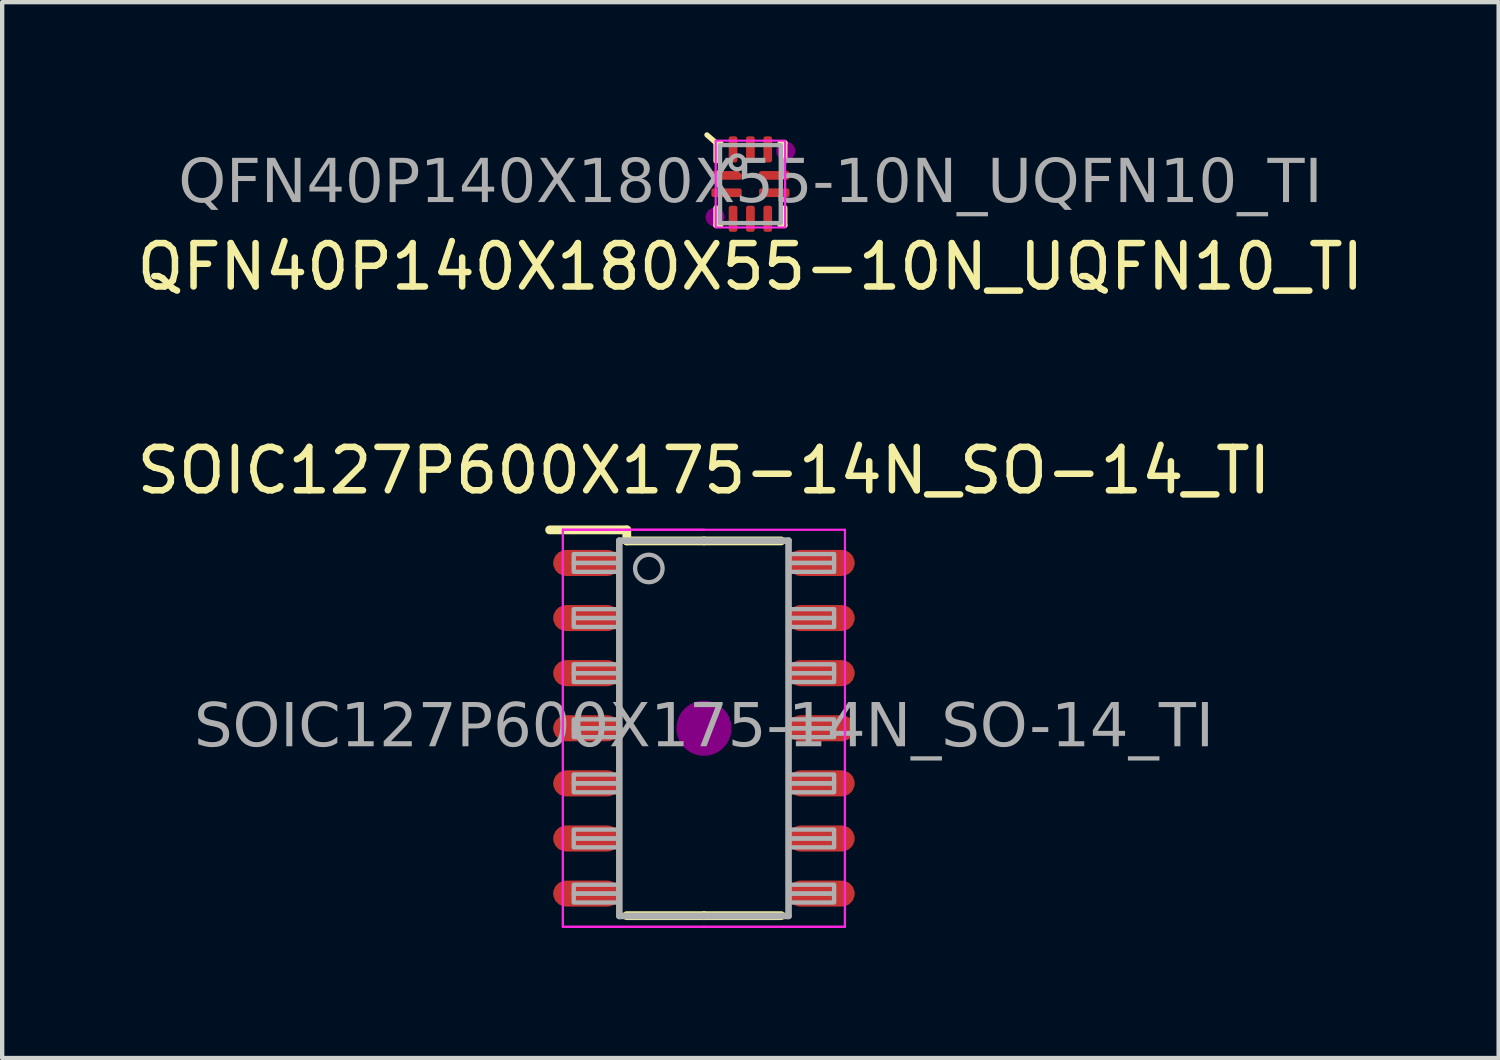
<source format=kicad_pcb>
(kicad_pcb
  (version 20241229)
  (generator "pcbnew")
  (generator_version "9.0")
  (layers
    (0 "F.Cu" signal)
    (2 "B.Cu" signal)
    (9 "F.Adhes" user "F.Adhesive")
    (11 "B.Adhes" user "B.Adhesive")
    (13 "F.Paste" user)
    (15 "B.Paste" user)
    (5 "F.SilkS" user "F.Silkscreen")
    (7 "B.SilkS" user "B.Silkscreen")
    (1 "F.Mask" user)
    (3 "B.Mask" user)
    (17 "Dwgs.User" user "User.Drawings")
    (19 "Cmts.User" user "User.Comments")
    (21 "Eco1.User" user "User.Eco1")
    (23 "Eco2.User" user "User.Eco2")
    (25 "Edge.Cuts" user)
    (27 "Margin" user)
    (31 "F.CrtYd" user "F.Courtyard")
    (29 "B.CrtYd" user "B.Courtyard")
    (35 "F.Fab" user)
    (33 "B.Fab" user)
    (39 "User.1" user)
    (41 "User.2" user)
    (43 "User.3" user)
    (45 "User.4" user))
  (footprint "QFN40P140X180X55-10N_UQFN10_TI"
    (layer "F.Cu")
    (at 14.244 1.192)
    (property "Reference" "QFN40P140X180X55-10N_UQFN10_TI" (at 0 1.905 0) (layer "F.SilkS") (effects (font (size 1 1) (thickness 0.15))))
    (attr smd)
    (fp_line (start -0.794 -0.953) (end -1.002 -1.133) (stroke (width 0.12) (type solid)) (layer "F.SilkS"))
    (fp_line (start -0.794 -0.953) (end -0.794 -0.533) (stroke (width 0.12) (type solid)) (layer "F.SilkS"))
    (fp_line (start -0.794 0.953) (end -0.794 0.546) (stroke (width 0.12) (type solid)) (layer "F.SilkS"))
    (fp_line (start -0.686 -0.953) (end -0.794 -0.953) (stroke (width 0.12) (type solid)) (layer "F.SilkS"))
    (fp_line (start -0.686 0.953) (end -0.794 0.953) (stroke (width 0.12) (type solid)) (layer "F.SilkS"))
    (fp_line (start 0.686 -0.953) (end 0.794 -0.953) (stroke (width 0.12) (type solid)) (layer "F.SilkS"))
    (fp_line (start 0.686 0.953) (end 0.794 0.953) (stroke (width 0.12) (type solid)) (layer "F.SilkS"))
    (fp_line (start 0.794 -0.953) (end 0.794 -0.546) (stroke (width 0.12) (type solid)) (layer "F.SilkS"))
    (fp_line (start 0.794 0.953) (end 0.794 0.546) (stroke (width 0.12) (type solid)) (layer "F.SilkS"))
    (fp_circle (center -0.813 0.762) (end -0.654 0.762) (stroke (width 0.12) (type solid)) (fill yes) (layer "F.Adhes"))
    (fp_circle (center 0.813 -0.762) (end 0.972 -0.762) (stroke (width 0.12) (type solid)) (fill yes) (layer "F.Adhes"))
    (fp_rect (start -0.8 -1) (end 0.8 1) (stroke (width 0.05) (type default)) (fill no) (layer "F.CrtYd"))
    (fp_rect (start -0.7 -0.9) (end 0.7 0.9) (stroke (width 0.1) (type default)) (fill no) (layer "F.Fab"))
    (fp_circle (center -0.3 -0.5) (end -0.141 -0.5) (stroke (width 0.1) (type solid)) (fill no) (layer "F.Fab"))
    (fp_text user "${REFERENCE}" (at 0 0 0) (layer "F.Fab") (effects (font (face "Tahoma") (size 1 1) (thickness 0.15))))
    (pad "1" smd roundrect (at -0.55 -0.2) (size 0.7 0.2) (layers "F.Cu" "F.Mask" "F.Paste") (roundrect_rratio 0.25) (chamfer_ratio 0.4) (chamfer top_right))
    (pad "2" smd roundrect (at -0.55 0.2) (size 0.7 0.2) (layers "F.Cu" "F.Mask" "F.Paste") (roundrect_rratio 0.25))
    (pad "3" smd roundrect (at -0.4 0.8 180) (size 0.2 0.6) (layers "F.Cu" "F.Mask" "F.Paste") (roundrect_rratio 0.25))
    (pad "4" smd roundrect (at 0 0.8 180) (size 0.2 0.6) (layers "F.Cu" "F.Mask" "F.Paste") (roundrect_rratio 0.25))
    (pad "5" smd roundrect (at 0.4 0.8 180) (size 0.2 0.6) (layers "F.Cu" "F.Mask" "F.Paste") (roundrect_rratio 0.25))
    (pad "6" smd roundrect (at 0.55 0.2) (size 0.7 0.2) (layers "F.Cu" "F.Mask" "F.Paste") (roundrect_rratio 0.25))
    (pad "7" smd roundrect (at 0.55 -0.2) (size 0.7 0.2) (layers "F.Cu" "F.Mask" "F.Paste") (roundrect_rratio 0.25))
    (pad "8" smd roundrect (at 0.4 -0.8 180) (size 0.2 0.6) (layers "F.Cu" "F.Mask" "F.Paste") (roundrect_rratio 0.25))
    (pad "9" smd roundrect (at 0 -0.8 180) (size 0.2 0.6) (layers "F.Cu" "F.Mask" "F.Paste") (roundrect_rratio 0.25))
    (pad "10" smd roundrect (at -0.4 -0.8 180) (size 0.2 0.6) (layers "F.Cu" "F.Mask" "F.Paste") (roundrect_rratio 0.25)))
  (footprint "SOIC127P600X175-14N_SO-14_TI"
    (layer "F.Cu")
    (at 13.173 13.734)
    (property "Reference" "SOIC127P600X175-14N_SO-14_TI" (at 0 -5.94 0) (layer "F.SilkS") (effects (font (size 1 1) (thickness 0.15))))
    (attr smd)
    (fp_line (start -1.778 -4.572) (end -3.556 -4.572) (stroke (width 0.203) (type solid)) (layer "F.SilkS"))
    (fp_line (start -1.778 -4.572) (end -1.778 -4.318) (stroke (width 0.203) (type solid)) (layer "F.SilkS"))
    (fp_line (start 0 -4.318) (end -1.778 -4.318) (stroke (width 0.203) (type solid)) (layer "F.SilkS"))
    (fp_line (start 0 4.318) (end -1.778 4.318) (stroke (width 0.203) (type solid)) (layer "F.SilkS"))
    (fp_line (start 0 4.318) (end 1.778 4.318) (stroke (width 0.203) (type solid)) (layer "F.SilkS"))
    (fp_line (start 0.003 -4.318) (end 1.778 -4.318) (stroke (width 0.203) (type solid)) (layer "F.SilkS"))
    (fp_circle (center 0 0) (end 0.635 0) (stroke (width 0) (type solid)) (fill yes) (layer "F.Adhes"))
    (fp_line (start -3.25 0) (end -3.25 -4.575) (stroke (width 0.05) (type solid)) (layer "F.CrtYd"))
    (fp_line (start -3.25 0) (end -3.25 -4.575) (stroke (width 0.05) (type solid)) (layer "F.CrtYd"))
    (fp_line (start -3.25 0) (end -3.25 4.575) (stroke (width 0.05) (type solid)) (layer "F.CrtYd"))
    (fp_line (start -3.25 0) (end -3.25 4.575) (stroke (width 0.05) (type solid)) (layer "F.CrtYd"))
    (fp_line (start 0 -4.575) (end -3.25 -4.575) (stroke (width 0.05) (type solid)) (layer "F.CrtYd"))
    (fp_line (start 0 -4.575) (end -3.25 -4.575) (stroke (width 0.05) (type solid)) (layer "F.CrtYd"))
    (fp_line (start 0 -4.575) (end 3.25 -4.575) (stroke (width 0.05) (type solid)) (layer "F.CrtYd"))
    (fp_line (start 0 4.575) (end -3.25 4.575) (stroke (width 0.05) (type solid)) (layer "F.CrtYd"))
    (fp_line (start 0 4.575) (end -3.25 4.575) (stroke (width 0.05) (type solid)) (layer "F.CrtYd"))
    (fp_line (start 0 4.575) (end 3.25 4.575) (stroke (width 0.05) (type solid)) (layer "F.CrtYd"))
    (fp_line (start 0 4.575) (end 3.25 4.575) (stroke (width 0.05) (type solid)) (layer "F.CrtYd"))
    (fp_line (start 3.25 0) (end 3.25 -4.575) (stroke (width 0.05) (type solid)) (layer "F.CrtYd"))
    (fp_line (start 3.25 0) (end 3.25 4.575) (stroke (width 0.05) (type solid)) (layer "F.CrtYd"))
    (fp_line (start 3.25 0) (end 3.25 4.575) (stroke (width 0.05) (type solid)) (layer "F.CrtYd"))
    (fp_line (start -1.95 0) (end -1.95 -4.325) (stroke (width 0.152) (type solid)) (layer "F.Fab"))
    (fp_line (start -1.95 0) (end -1.95 4.325) (stroke (width 0.152) (type solid)) (layer "F.Fab"))
    (fp_line (start 0 -4.325) (end -1.95 -4.325) (stroke (width 0.152) (type solid)) (layer "F.Fab"))
    (fp_line (start 0 -4.325) (end 1.95 -4.325) (stroke (width 0.152) (type solid)) (layer "F.Fab"))
    (fp_line (start 0 4.325) (end -1.95 4.325) (stroke (width 0.152) (type solid)) (layer "F.Fab"))
    (fp_line (start 0 4.325) (end 1.95 4.325) (stroke (width 0.152) (type solid)) (layer "F.Fab"))
    (fp_line (start 1.95 0) (end 1.95 -4.325) (stroke (width 0.152) (type solid)) (layer "F.Fab"))
    (fp_line (start 1.95 0) (end 1.95 4.325) (stroke (width 0.152) (type solid)) (layer "F.Fab"))
    (fp_rect (start -1.95 -3.81) (end -3 -4.015) (stroke (width 0.1) (type solid)) (fill no) (layer "F.Fab"))
    (fp_rect (start -1.95 -3.605) (end -3 -3.81) (stroke (width 0.1) (type solid)) (fill no) (layer "F.Fab"))
    (fp_rect (start -1.95 -2.54) (end -3 -2.745) (stroke (width 0.1) (type solid)) (fill no) (layer "F.Fab"))
    (fp_rect (start -1.95 -2.335) (end -3 -2.54) (stroke (width 0.1) (type solid)) (fill no) (layer "F.Fab"))
    (fp_rect (start -1.95 -1.27) (end -3 -1.475) (stroke (width 0.1) (type solid)) (fill no) (layer "F.Fab"))
    (fp_rect (start -1.95 -1.065) (end -3 -1.27) (stroke (width 0.1) (type solid)) (fill no) (layer "F.Fab"))
    (fp_rect (start -1.95 0) (end -3 -0.205) (stroke (width 0.1) (type solid)) (fill no) (layer "F.Fab"))
    (fp_rect (start -1.95 0) (end -3 0.205) (stroke (width 0.1) (type solid)) (fill no) (layer "F.Fab"))
    (fp_rect (start -1.95 1.065) (end -3 1.27) (stroke (width 0.1) (type solid)) (fill no) (layer "F.Fab"))
    (fp_rect (start -1.95 1.27) (end -3 1.475) (stroke (width 0.1) (type solid)) (fill no) (layer "F.Fab"))
    (fp_rect (start -1.95 2.335) (end -3 2.54) (stroke (width 0.1) (type solid)) (fill no) (layer "F.Fab"))
    (fp_rect (start -1.95 2.54) (end -3 2.745) (stroke (width 0.1) (type solid)) (fill no) (layer "F.Fab"))
    (fp_rect (start -1.95 3.605) (end -3 3.81) (stroke (width 0.1) (type solid)) (fill no) (layer "F.Fab"))
    (fp_rect (start -1.95 3.81) (end -3 4.015) (stroke (width 0.1) (type solid)) (fill no) (layer "F.Fab"))
    (fp_rect (start 1.95 -3.81) (end 3 -4.015) (stroke (width 0.1) (type solid)) (fill no) (layer "F.Fab"))
    (fp_rect (start 1.95 -3.605) (end 3 -3.81) (stroke (width 0.1) (type solid)) (fill no) (layer "F.Fab"))
    (fp_rect (start 1.95 -2.54) (end 3 -2.745) (stroke (width 0.1) (type solid)) (fill no) (layer "F.Fab"))
    (fp_rect (start 1.95 -2.335) (end 3 -2.54) (stroke (width 0.1) (type solid)) (fill no) (layer "F.Fab"))
    (fp_rect (start 1.95 -1.27) (end 3 -1.475) (stroke (width 0.1) (type solid)) (fill no) (layer "F.Fab"))
    (fp_rect (start 1.95 -1.065) (end 3 -1.27) (stroke (width 0.1) (type solid)) (fill no) (layer "F.Fab"))
    (fp_rect (start 1.95 0) (end 3 -0.205) (stroke (width 0.1) (type solid)) (fill no) (layer "F.Fab"))
    (fp_rect (start 1.95 0) (end 3 0.205) (stroke (width 0.1) (type solid)) (fill no) (layer "F.Fab"))
    (fp_rect (start 1.95 1.065) (end 3 1.27) (stroke (width 0.1) (type solid)) (fill no) (layer "F.Fab"))
    (fp_rect (start 1.95 1.27) (end 3 1.475) (stroke (width 0.1) (type solid)) (fill no) (layer "F.Fab"))
    (fp_rect (start 1.95 2.335) (end 3 2.54) (stroke (width 0.1) (type solid)) (fill no) (layer "F.Fab"))
    (fp_rect (start 1.95 2.54) (end 3 2.745) (stroke (width 0.1) (type solid)) (fill no) (layer "F.Fab"))
    (fp_rect (start 1.95 3.605) (end 3 3.81) (stroke (width 0.1) (type solid)) (fill no) (layer "F.Fab"))
    (fp_rect (start 1.95 3.81) (end 3 4.015) (stroke (width 0.1) (type solid)) (fill no) (layer "F.Fab"))
    (fp_circle (center -1.27 -3.683) (end -0.953 -3.683) (stroke (width 0.1) (type solid)) (fill no) (layer "F.Fab"))
    (fp_text user "${REFERENCE}" (at 0 0 0) (layer "F.Fab") (effects (font (face "Tahoma") (size 1 1) (thickness 0.15))))
    (pad "1" smd roundrect (at -2.7 -3.81) (size 1.55 0.6) (layers "F.Cu" "F.Mask" "F.Paste") (roundrect_rratio 0.5))
    (pad "2" smd roundrect (at -2.7 -2.54) (size 1.55 0.6) (layers "F.Cu" "F.Mask" "F.Paste") (roundrect_rratio 0.5))
    (pad "3" smd roundrect (at -2.7 -1.27) (size 1.55 0.6) (layers "F.Cu" "F.Mask" "F.Paste") (roundrect_rratio 0.5))
    (pad "4" smd roundrect (at -2.7 0) (size 1.55 0.6) (layers "F.Cu" "F.Mask" "F.Paste") (roundrect_rratio 0.5))
    (pad "5" smd roundrect (at -2.7 1.27) (size 1.55 0.6) (layers "F.Cu" "F.Mask" "F.Paste") (roundrect_rratio 0.5))
    (pad "6" smd roundrect (at -2.7 2.54) (size 1.55 0.6) (layers "F.Cu" "F.Mask" "F.Paste") (roundrect_rratio 0.5))
    (pad "7" smd roundrect (at -2.7 3.81) (size 1.55 0.6) (layers "F.Cu" "F.Mask" "F.Paste") (roundrect_rratio 0.5))
    (pad "8" smd roundrect (at 2.7 3.81) (size 1.55 0.6) (layers "F.Cu" "F.Mask" "F.Paste") (roundrect_rratio 0.5))
    (pad "9" smd roundrect (at 2.7 2.54) (size 1.55 0.6) (layers "F.Cu" "F.Mask" "F.Paste") (roundrect_rratio 0.5))
    (pad "10" smd roundrect (at 2.7 1.27) (size 1.55 0.6) (layers "F.Cu" "F.Mask" "F.Paste") (roundrect_rratio 0.5))
    (pad "11" smd roundrect (at 2.7 0) (size 1.55 0.6) (layers "F.Cu" "F.Mask" "F.Paste") (roundrect_rratio 0.5))
    (pad "12" smd roundrect (at 2.7 -1.27) (size 1.55 0.6) (layers "F.Cu" "F.Mask" "F.Paste") (roundrect_rratio 0.5))
    (pad "13" smd roundrect (at 2.7 -2.54) (size 1.55 0.6) (layers "F.Cu" "F.Mask" "F.Paste") (roundrect_rratio 0.5))
    (pad "14" smd roundrect (at 2.7 -3.81) (size 1.55 0.6) (layers "F.Cu" "F.Mask" "F.Paste") (roundrect_rratio 0.5)))
  (gr_rect
    (start -3 -3)
    (end 31.488 21.334)
    (stroke (width 0.1) (type default))
    (fill no)
    (layer "Edge.Cuts")))
</source>
